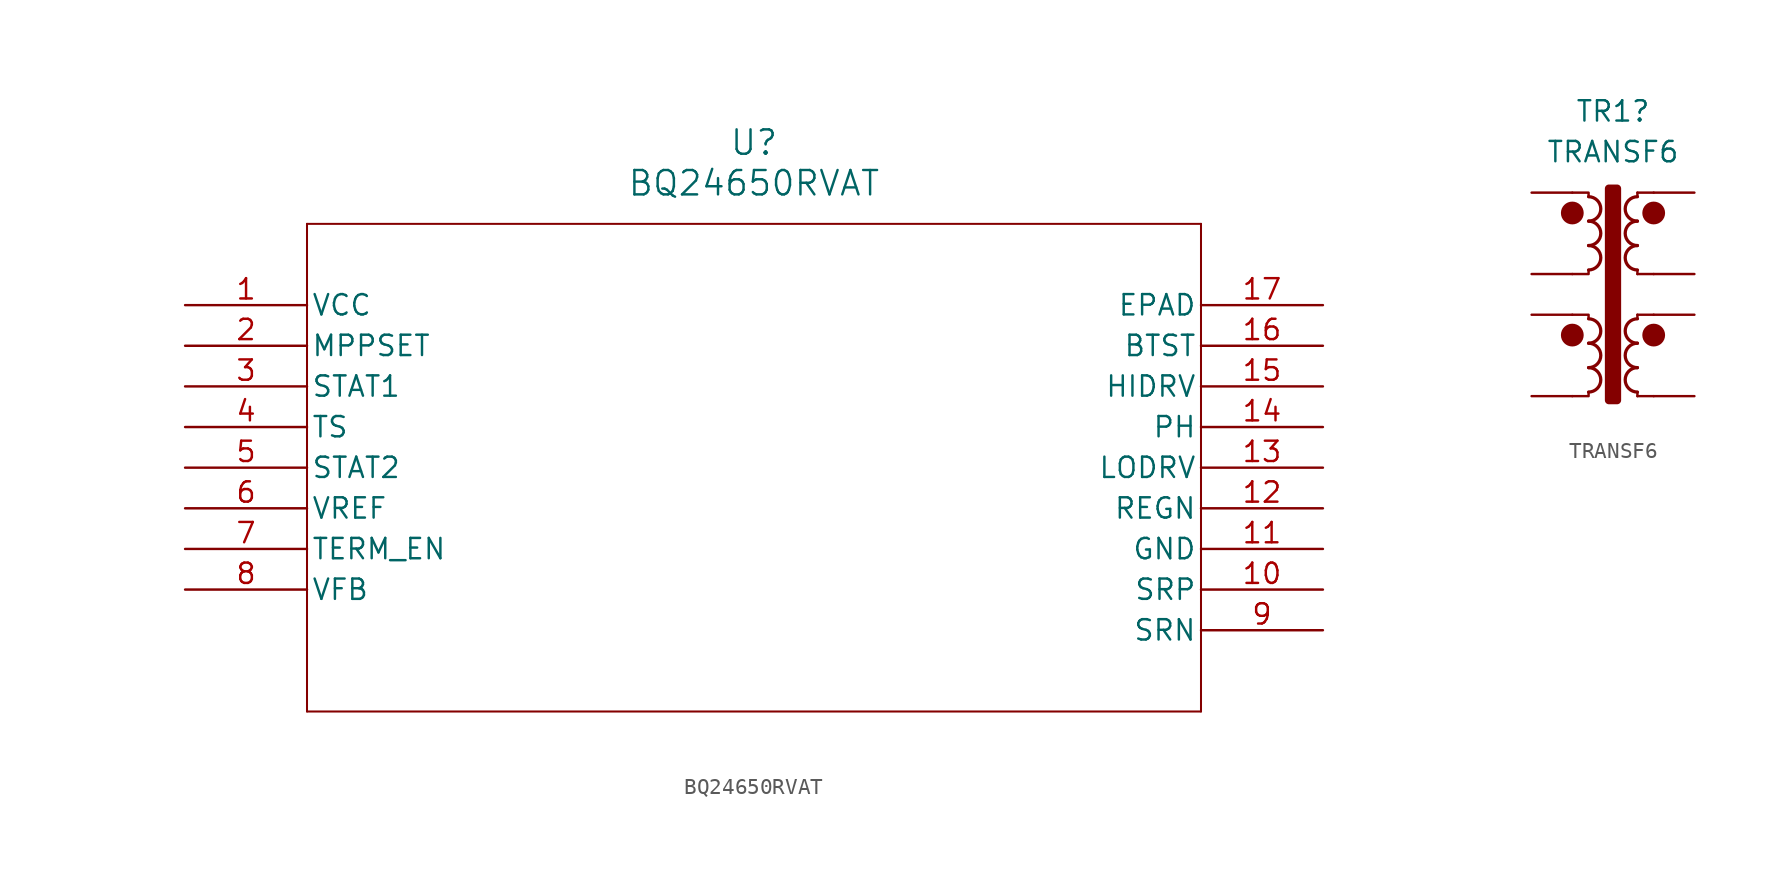
<source format=kicad_sym>
(kicad_symbol_lib
  (version 20231120)
  (generator "kicad_symbol_editor")
  (generator_version "8.0")
  (symbol "BQ24650RVAT"
    (pin_names
      (offset 0.254))
    (property "Reference" "U"
      (at 35.56 10.16 0)
      (effects (font (size 1.524 1.524))))
    (property "Value" "BQ24650RVAT"
      (at 35.56 7.62 0)
      (effects (font (size 1.524 1.524))))
    (property "ki_locked" ""
      (at 0 0 0)
      (effects (font (size 1.27 1.27))))
    (symbol "BQ24650RVAT_0_1"
      (polyline (pts (xy 7.62 -25.4) (xy 63.5 -25.4)) (stroke (width 0.127) (type default)) (fill (type none)))
      (polyline (pts (xy 7.62 5.08) (xy 7.62 -25.4)) (stroke (width 0.127) (type default)) (fill (type none)))
      (polyline (pts (xy 63.5 -25.4) (xy 63.5 5.08)) (stroke (width 0.127) (type default)) (fill (type none)))
      (polyline (pts (xy 63.5 5.08) (xy 7.62 5.08)) (stroke (width 0.127) (type default)) (fill (type none)))
      (pin power_in line (at 0 0 0) (length 7.62) (name "VCC" (effects (font (size 1.27 1.27)))) (number "1" (effects (font (size 1.27 1.27)))))
      (pin bidirectional line (at 71.12 -17.78 180) (length 7.62) (name "SRP" (effects (font (size 1.27 1.27)))) (number "10" (effects (font (size 1.27 1.27)))))
      (pin power_in line (at 71.12 -15.24 180) (length 7.62) (name "GND" (effects (font (size 1.27 1.27)))) (number "11" (effects (font (size 1.27 1.27)))))
      (pin power_in line (at 71.12 -12.7 180) (length 7.62) (name "REGN" (effects (font (size 1.27 1.27)))) (number "12" (effects (font (size 1.27 1.27)))))
      (pin output line (at 71.12 -10.16 180) (length 7.62) (name "LODRV" (effects (font (size 1.27 1.27)))) (number "13" (effects (font (size 1.27 1.27)))))
      (pin power_in line (at 71.12 -7.62 180) (length 7.62) (name "PH" (effects (font (size 1.27 1.27)))) (number "14" (effects (font (size 1.27 1.27)))))
      (pin output line (at 71.12 -5.08 180) (length 7.62) (name "HIDRV" (effects (font (size 1.27 1.27)))) (number "15" (effects (font (size 1.27 1.27)))))
      (pin power_in line (at 71.12 -2.54 180) (length 7.62) (name "BTST" (effects (font (size 1.27 1.27)))) (number "16" (effects (font (size 1.27 1.27)))))
      (pin power_in line (at 71.12 0 180) (length 7.62) (name "EPAD" (effects (font (size 1.27 1.27)))) (number "17" (effects (font (size 1.27 1.27)))))
      (pin input line (at 0 -2.54 0) (length 7.62) (name "MPPSET" (effects (font (size 1.27 1.27)))) (number "2" (effects (font (size 1.27 1.27)))))
      (pin output line (at 0 -5.08 0) (length 7.62) (name "STAT1" (effects (font (size 1.27 1.27)))) (number "3" (effects (font (size 1.27 1.27)))))
      (pin input line (at 0 -7.62 0) (length 7.62) (name "TS" (effects (font (size 1.27 1.27)))) (number "4" (effects (font (size 1.27 1.27)))))
      (pin output line (at 0 -10.16 0) (length 7.62) (name "STAT2" (effects (font (size 1.27 1.27)))) (number "5" (effects (font (size 1.27 1.27)))))
      (pin power_in line (at 0 -12.7 0) (length 7.62) (name "VREF" (effects (font (size 1.27 1.27)))) (number "6" (effects (font (size 1.27 1.27)))))
      (pin input line (at 0 -15.24 0) (length 7.62) (name "TERM_EN" (effects (font (size 1.27 1.27)))) (number "7" (effects (font (size 1.27 1.27)))))
      (pin input line (at 0 -17.78 0) (length 7.62) (name "VFB" (effects (font (size 1.27 1.27)))) (number "8" (effects (font (size 1.27 1.27)))))
      (pin input line (at 71.12 -20.32 180) (length 7.62) (name "SRN" (effects (font (size 1.27 1.27)))) (number "9" (effects (font (size 1.27 1.27)))))))
  (symbol "TRANSF6"
    (pin_numbers hide)
    (pin_names
      (offset 0))
    (property "Reference" "TR1"
      (at 0 12.7 0)
      (effects (font (size 1.27 1.27))))
    (property "Value" "TRANSF6"
      (at 0 10.16 0)
      (effects (font (size 1.27 1.27))))
    (symbol "TRANSF6_0_1"
      (arc (start -1.524 -4.826) (mid -0.7653 -4.064) (end -1.524 -3.302) (stroke (width 0.2032) (type default)) (fill (type none)))
      (arc (start -1.524 -3.302) (mid -0.7653 -2.54) (end -1.524 -1.778) (stroke (width 0.2032) (type default)) (fill (type none)))
      (arc (start -1.524 -1.778) (mid -0.7653 -1.016) (end -1.524 -0.254) (stroke (width 0.2032) (type default)) (fill (type none)))
      (arc (start -1.524 2.794) (mid -0.7653 3.556) (end -1.524 4.318) (stroke (width 0.2032) (type default)) (fill (type none)))
      (arc (start -1.524 4.318) (mid -0.7653 5.08) (end -1.524 5.842) (stroke (width 0.2032) (type default)) (fill (type none)))
      (arc (start -1.524 5.842) (mid -0.7653 6.604) (end -1.524 7.366) (stroke (width 0.2032) (type default)) (fill (type none)))
      (rectangle (start -0.254 7.874) (end 0.254 -5.334) (stroke (width 0.508) (type default)) (fill (type outline)))
      (polyline (pts (xy 1.524 -4.826) (xy 1.524 -5.08) (xy 1.524 -5.08)) (stroke (width 0) (type default)) (fill (type outline)))
      (polyline (pts (xy 1.524 0) (xy 1.524 -0.254) (xy 1.524 -0.254)) (stroke (width 0) (type default)) (fill (type outline)))
      (polyline (pts (xy 1.524 0) (xy 2.54 0) (xy 2.54 0)) (stroke (width 0) (type default)) (fill (type none)))
      (polyline (pts (xy 1.524 2.54) (xy 1.524 2.794) (xy 1.524 2.794)) (stroke (width 0) (type default)) (fill (type outline)))
      (polyline (pts (xy 1.524 2.54) (xy 2.54 2.54) (xy 2.54 2.54)) (stroke (width 0) (type default)) (fill (type none)))
      (polyline (pts (xy 1.524 7.62) (xy 1.524 7.366) (xy 1.524 7.366)) (stroke (width 0) (type default)) (fill (type outline)))
      (polyline (pts (xy 1.524 7.62) (xy 2.54 7.62) (xy 2.54 7.62)) (stroke (width 0) (type default)) (fill (type none)))
      (polyline (pts (xy 2.54 -5.08) (xy 1.524 -5.08) (xy 1.524 -5.08)) (stroke (width 0) (type default)) (fill (type none)))
      (polyline (pts (xy -1.524 -4.826) (xy -1.524 -5.08) (xy -2.54 -5.08) (xy -2.54 -5.08)) (stroke (width 0) (type default)) (fill (type none)))
      (polyline (pts (xy -1.524 -0.254) (xy -1.524 0) (xy -2.54 0) (xy -2.54 0)) (stroke (width 0) (type default)) (fill (type none)))
      (polyline (pts (xy -1.524 2.794) (xy -1.524 2.54) (xy -2.54 2.54) (xy -2.54 2.54)) (stroke (width 0) (type default)) (fill (type none)))
      (polyline (pts (xy -1.524 7.366) (xy -1.524 7.62) (xy -2.54 7.62) (xy -2.54 7.62)) (stroke (width 0) (type default)) (fill (type none)))
      (arc (start 1.524 -3.302) (mid 0.7653 -4.064) (end 1.524 -4.826) (stroke (width 0.2032) (type default)) (fill (type none)))
      (arc (start 1.524 -1.778) (mid 0.7653 -2.54) (end 1.524 -3.302) (stroke (width 0.2032) (type default)) (fill (type none)))
      (arc (start 1.524 -0.254) (mid 0.7653 -1.016) (end 1.524 -1.778) (stroke (width 0.2032) (type default)) (fill (type none)))
      (arc (start 1.524 4.318) (mid 0.7653 3.556) (end 1.524 2.794) (stroke (width 0.2032) (type default)) (fill (type none)))
      (arc (start 1.524 5.842) (mid 0.7653 5.08) (end 1.524 4.318) (stroke (width 0.2032) (type default)) (fill (type none)))
      (arc (start 1.524 7.366) (mid 0.7653 6.604) (end 1.524 5.842) (stroke (width 0.2032) (type default)) (fill (type none))))
    (symbol "TRANSF6_1_1"
      (circle (center -2.54 -1.27) (radius 0.635) (stroke (width 0) (type default)) (fill (type outline)))
      (circle (center -2.54 6.35) (radius 0.635) (stroke (width 0) (type default)) (fill (type outline)))
      (circle (center 2.54 -1.27) (radius 0.635) (stroke (width 0) (type default)) (fill (type outline)))
      (circle (center 2.54 6.35) (radius 0.635) (stroke (width 0) (type default)) (fill (type outline)))
      (pin passive line (at -5.08 7.62 0) (length 2.54) (name "~" (effects (font (size 1.27 1.27)))) (number "1" (effects (font (size 1.27 1.27)))))
      (pin passive line (at -5.08 2.54 0) (length 2.54) (name "~" (effects (font (size 1.27 1.27)))) (number "2" (effects (font (size 1.27 1.27)))))
      (pin passive line (at -5.08 0 0) (length 2.54) (name "~" (effects (font (size 1.27 1.27)))) (number "3" (effects (font (size 1.27 1.27)))))
      (pin passive line (at -5.08 -5.08 0) (length 2.54) (name "~" (effects (font (size 1.27 1.27)))) (number "4" (effects (font (size 1.27 1.27)))))
      (pin passive line (at 5.08 -5.08 180) (length 2.54) (name "~" (effects (font (size 1.27 1.27)))) (number "5" (effects (font (size 1.27 1.27)))))
      (pin passive line (at 5.08 0 180) (length 2.54) (name "~" (effects (font (size 1.27 1.27)))) (number "6" (effects (font (size 1.27 1.27)))))
      (pin passive line (at 5.08 2.54 180) (length 2.54) (name "~" (effects (font (size 1.27 1.27)))) (number "7" (effects (font (size 1.27 1.27)))))
      (pin passive line (at 5.08 7.62 180) (length 2.54) (name "~" (effects (font (size 1.27 1.27)))) (number "8" (effects (font (size 1.27 1.27))))))))
</source>
